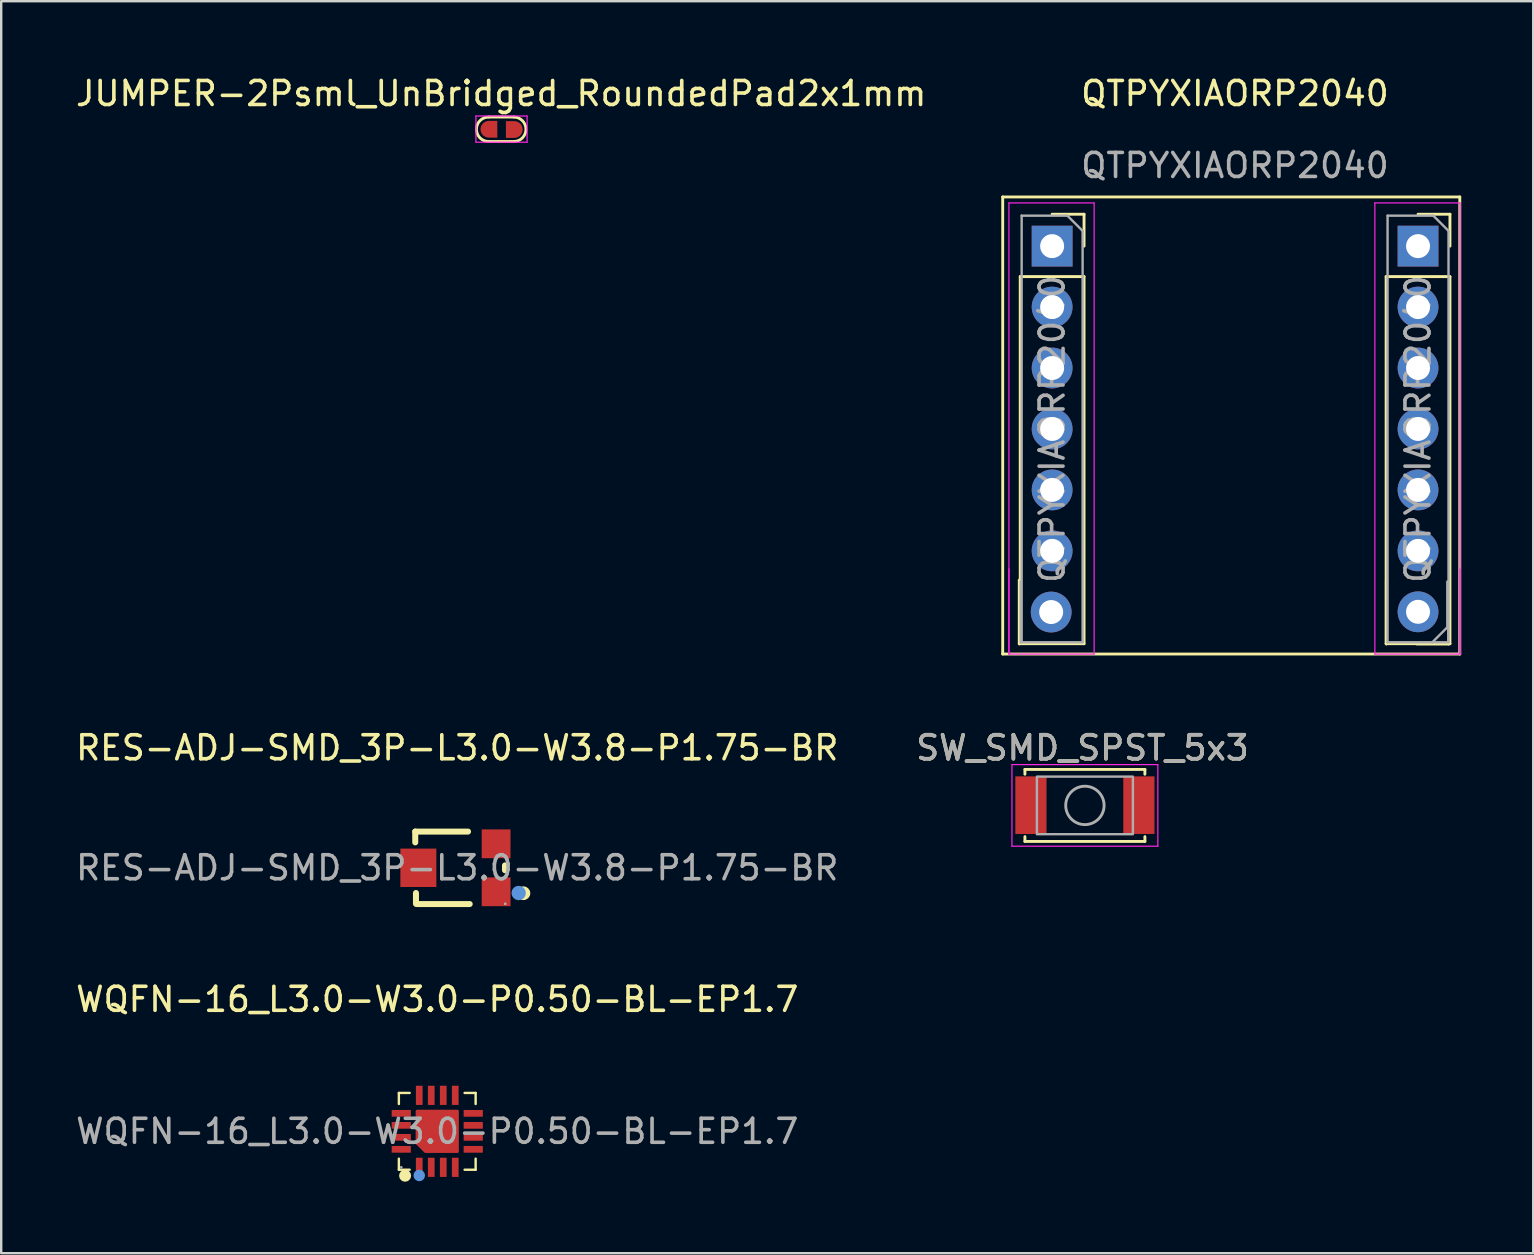
<source format=kicad_pcb>
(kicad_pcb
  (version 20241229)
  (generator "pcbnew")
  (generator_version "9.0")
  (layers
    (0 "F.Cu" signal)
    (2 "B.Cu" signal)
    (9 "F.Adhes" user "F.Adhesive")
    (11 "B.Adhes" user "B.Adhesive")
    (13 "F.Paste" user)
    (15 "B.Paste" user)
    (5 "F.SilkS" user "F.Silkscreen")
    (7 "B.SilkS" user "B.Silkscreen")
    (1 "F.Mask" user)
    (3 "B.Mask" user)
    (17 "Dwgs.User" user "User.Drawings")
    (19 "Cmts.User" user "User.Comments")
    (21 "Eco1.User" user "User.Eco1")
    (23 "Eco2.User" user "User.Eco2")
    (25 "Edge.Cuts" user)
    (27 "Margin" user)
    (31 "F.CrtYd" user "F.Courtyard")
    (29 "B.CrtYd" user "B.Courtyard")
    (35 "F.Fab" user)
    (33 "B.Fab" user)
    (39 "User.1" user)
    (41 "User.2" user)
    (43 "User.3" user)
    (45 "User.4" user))
  (footprint "WQFN-16_L3.0-W3.0-P0.50-BL-EP1.7"
    (layer "F.Cu")
    (at 15.173 44.1)
    (property "Reference" "WQFN-16_L3.0-W3.0-P0.50-BL-EP1.7" (at 0 -5.5 0) (layer "F.SilkS") (effects (font (size 1 1) (thickness 0.15))))
    (attr smd)
    (fp_line (start -1.6 -1.6) (end -1.6 -1.14) (stroke (width 0.1) (type solid)) (layer "F.SilkS"))
    (fp_line (start -1.6 -1.6) (end -1.15 -1.6) (stroke (width 0.1) (type solid)) (layer "F.SilkS"))
    (fp_line (start -1.6 1.14) (end -1.6 1.6) (stroke (width 0.1) (type solid)) (layer "F.SilkS"))
    (fp_line (start -1.6 1.6) (end -1.15 1.6) (stroke (width 0.1) (type solid)) (layer "F.SilkS"))
    (fp_line (start 1.14 -1.6) (end 1.6 -1.6) (stroke (width 0.1) (type solid)) (layer "F.SilkS"))
    (fp_line (start 1.14 1.6) (end 1.6 1.6) (stroke (width 0.1) (type solid)) (layer "F.SilkS"))
    (fp_line (start 1.6 -1.14) (end 1.6 -1.6) (stroke (width 0.1) (type solid)) (layer "F.SilkS"))
    (fp_line (start 1.6 1.6) (end 1.6 1.14) (stroke (width 0.1) (type solid)) (layer "F.SilkS"))
    (fp_arc (start -1.34 1.85) (mid -1.34 1.85) (end -1.34 1.85) (stroke (width 0.25) (type solid)) (layer "F.SilkS"))
    (fp_circle (center -0.75 1.84) (end -0.63 1.84) (stroke (width 0.24) (type solid)) (fill no) (layer "Cmts.User"))
    (fp_circle (center -1.5 1.5) (end -1.47 1.5) (stroke (width 0.06) (type solid)) (fill no) (layer "F.Fab"))
    (fp_text user "${REFERENCE}" (at 0 0 0) (layer "F.Fab") (effects (font (size 1 1) (thickness 0.15))))
    (pad "1" smd rect (at -0.75 1.5) (size 0.28 0.8) (layers "F.Cu" "F.Mask" "F.Paste"))
    (pad "2" smd rect (at -0.25 1.5) (size 0.28 0.8) (layers "F.Cu" "F.Mask" "F.Paste"))
    (pad "3" smd rect (at 0.25 1.5) (size 0.28 0.8) (layers "F.Cu" "F.Mask" "F.Paste"))
    (pad "4" smd rect (at 0.75 1.5) (size 0.28 0.8) (layers "F.Cu" "F.Mask" "F.Paste"))
    (pad "5" smd rect (at 1.5 0.75) (size 0.8 0.28) (layers "F.Cu" "F.Mask" "F.Paste"))
    (pad "6" smd rect (at 1.5 0.25) (size 0.8 0.28) (layers "F.Cu" "F.Mask" "F.Paste"))
    (pad "7" smd rect (at 1.5 -0.25) (size 0.8 0.28) (layers "F.Cu" "F.Mask" "F.Paste"))
    (pad "8" smd rect (at 1.5 -0.75) (size 0.8 0.28) (layers "F.Cu" "F.Mask" "F.Paste"))
    (pad "9" smd rect (at 0.75 -1.5) (size 0.28 0.8) (layers "F.Cu" "F.Mask" "F.Paste"))
    (pad "10" smd rect (at 0.25 -1.5) (size 0.28 0.8) (layers "F.Cu" "F.Mask" "F.Paste"))
    (pad "11" smd rect (at -0.25 -1.5) (size 0.28 0.8) (layers "F.Cu" "F.Mask" "F.Paste"))
    (pad "12" smd rect (at -0.75 -1.5) (size 0.28 0.8) (layers "F.Cu" "F.Mask" "F.Paste"))
    (pad "13" smd rect (at -1.5 -0.75) (size 0.8 0.28) (layers "F.Cu" "F.Mask" "F.Paste"))
    (pad "14" smd rect (at -1.5 -0.25) (size 0.8 0.28) (layers "F.Cu" "F.Mask" "F.Paste"))
    (pad "15" smd rect (at -1.5 0.25) (size 0.8 0.28) (layers "F.Cu" "F.Mask" "F.Paste"))
    (pad "16" smd rect (at -1.5 0.75) (size 0.8 0.28) (layers "F.Cu" "F.Mask" "F.Paste"))
    (pad "17" smd custom (at 0 0) (size 1 1) (layers "F.Cu" "F.Mask" "F.Paste") (options (anchor circle)) (primitives (gr_poly (pts (xy -0.85 -0.85) (xy 0.85 -0.85) (xy 0.85 0.85) (xy -0.5 0.85) (xy -0.85 0.5)) (width 0.1) (fill yes)))))
  (footprint "SW_SMD_SPST_5x3"
    (layer "F.Cu")
    (at 42.165 30.517)
    (property "Reference" "SW_SMD_SPST_5x3" (at -0.1 -2.4 0) (layer "F.SilkS") (effects (font (size 1 1) (thickness 0.15))))
    (attr smd)
    (fp_line (start -2.5 -1.5) (end -2.5 -1.3) (stroke (width 0.12) (type solid)) (layer "F.SilkS"))
    (fp_line (start -2.5 1.3) (end -2.5 1.5) (stroke (width 0.12) (type solid)) (layer "F.SilkS"))
    (fp_line (start -2.5 1.5) (end 2.5 1.5) (stroke (width 0.12) (type solid)) (layer "F.SilkS"))
    (fp_line (start 2.5 -1.5) (end -2.5 -1.5) (stroke (width 0.12) (type solid)) (layer "F.SilkS"))
    (fp_line (start 2.5 -1.3) (end 2.5 -1.5) (stroke (width 0.12) (type solid)) (layer "F.SilkS"))
    (fp_line (start 2.5 1.5) (end 2.5 1.3) (stroke (width 0.12) (type solid)) (layer "F.SilkS"))
    (fp_line (start -3.04 -1.7) (end -3.04 1.7) (stroke (width 0.05) (type solid)) (layer "F.CrtYd"))
    (fp_line (start -3.04 1.7) (end 3.04 1.7) (stroke (width 0.05) (type solid)) (layer "F.CrtYd"))
    (fp_line (start 3.04 -1.7) (end -3.04 -1.7) (stroke (width 0.05) (type solid)) (layer "F.CrtYd"))
    (fp_line (start 3.04 1.7) (end 3.04 -1.7) (stroke (width 0.05) (type solid)) (layer "F.CrtYd"))
    (fp_line (start -2 -1.2) (end 2 -1.2) (stroke (width 0.1) (type solid)) (layer "F.Fab"))
    (fp_line (start -2 1.15) (end -2 -1.15) (stroke (width 0.1) (type solid)) (layer "F.Fab"))
    (fp_line (start 2 -1.15) (end 2 1.15) (stroke (width 0.1) (type solid)) (layer "F.Fab"))
    (fp_line (start 2 1.2) (end -2 1.2) (stroke (width 0.1) (type solid)) (layer "F.Fab"))
    (fp_circle (center 0 0) (end 0.8 0) (stroke (width 0.12) (type solid)) (fill no) (layer "F.Fab"))
    (fp_text user "${REFERENCE}" (at -0.1 -2.4 0) (layer "F.Fab") (effects (font (size 1 1) (thickness 0.15))))
    (pad "1" smd rect (at -2.25 -0.01) (size 1.3 2.4) (layers "F.Cu" "F.Mask" "F.Paste"))
    (pad "2" smd rect (at 2.25 -0.01) (size 1.3 2.4) (layers "F.Cu" "F.Mask" "F.Paste")))
  (footprint "QTPYXIAORP2040"
    (layer "F.Cu")
    (at 48.419 1.348)
    (property "Reference" "QTPYXIAORP2040" (at 0 -0.5 0) (unlocked yes) (layer "F.SilkS") (effects (font (size 1 1) (thickness 0.15))))
    (attr smd)
    (fp_line (start -9.68 3.81) (end 9.37 3.81) (stroke (width 0.12) (type solid)) (layer "F.SilkS"))
    (fp_line (start -9.68 22.86) (end -9.68 3.81) (stroke (width 0.12) (type solid)) (layer "F.SilkS"))
    (fp_line (start -8.99 19.78) (end -8.99 22.44) (stroke (width 0.12) (type solid)) (layer "F.SilkS"))
    (fp_line (start -8.95 7.13) (end -8.95 22.43) (stroke (width 0.12) (type solid)) (layer "F.SilkS"))
    (fp_line (start -8.95 7.13) (end -6.29 7.13) (stroke (width 0.12) (type solid)) (layer "F.SilkS"))
    (fp_line (start -8.95 22.43) (end -6.29 22.43) (stroke (width 0.12) (type solid)) (layer "F.SilkS"))
    (fp_line (start -7.62 4.53) (end -6.29 4.53) (stroke (width 0.12) (type solid)) (layer "F.SilkS"))
    (fp_line (start -6.29 4.53) (end -6.29 5.86) (stroke (width 0.12) (type solid)) (layer "F.SilkS"))
    (fp_line (start -6.29 7.13) (end -6.29 22.43) (stroke (width 0.12) (type solid)) (layer "F.SilkS"))
    (fp_line (start 6.3 7.13) (end 6.3 22.43) (stroke (width 0.12) (type solid)) (layer "F.SilkS"))
    (fp_line (start 6.3 7.13) (end 8.96 7.13) (stroke (width 0.12) (type solid)) (layer "F.SilkS"))
    (fp_line (start 6.3 22.43) (end 8.96 22.43) (stroke (width 0.12) (type solid)) (layer "F.SilkS"))
    (fp_line (start 6.31 19.78) (end 6.31 22.44) (stroke (width 0.12) (type solid)) (layer "F.SilkS"))
    (fp_line (start 7.63 4.53) (end 8.96 4.53) (stroke (width 0.12) (type solid)) (layer "F.SilkS"))
    (fp_line (start 8.91 21.11) (end 8.91 22.44) (stroke (width 0.12) (type solid)) (layer "F.SilkS"))
    (fp_line (start 8.91 22.44) (end 7.58 22.44) (stroke (width 0.12) (type solid)) (layer "F.SilkS"))
    (fp_line (start 8.96 4.53) (end 8.96 5.86) (stroke (width 0.12) (type solid)) (layer "F.SilkS"))
    (fp_line (start 8.96 7.13) (end 8.96 22.43) (stroke (width 0.12) (type solid)) (layer "F.SilkS"))
    (fp_line (start 9.37 3.81) (end 9.37 22.86) (stroke (width 0.12) (type solid)) (layer "F.SilkS"))
    (fp_line (start 9.37 22.86) (end -9.68 22.86) (stroke (width 0.12) (type solid)) (layer "F.SilkS"))
    (fp_line (start -9.42 4.06) (end -5.87 4.06) (stroke (width 0.05) (type solid)) (layer "F.CrtYd"))
    (fp_line (start -9.42 22.86) (end -9.42 4.06) (stroke (width 0.05) (type solid)) (layer "F.CrtYd"))
    (fp_line (start -9.42 22.86) (end -9.42 19.31) (stroke (width 0.05) (type solid)) (layer "F.CrtYd"))
    (fp_line (start -5.87 4.06) (end -5.87 22.86) (stroke (width 0.05) (type solid)) (layer "F.CrtYd"))
    (fp_line (start -5.87 22.86) (end -9.42 22.86) (stroke (width 0.05) (type solid)) (layer "F.CrtYd"))
    (fp_line (start 5.83 4.06) (end 9.38 4.06) (stroke (width 0.05) (type solid)) (layer "F.CrtYd"))
    (fp_line (start 5.83 22.86) (end 5.83 4.06) (stroke (width 0.05) (type solid)) (layer "F.CrtYd"))
    (fp_line (start 9.38 4.06) (end 9.38 22.86) (stroke (width 0.05) (type solid)) (layer "F.CrtYd"))
    (fp_line (start 9.38 19.31) (end 9.38 22.86) (stroke (width 0.05) (type solid)) (layer "F.CrtYd"))
    (fp_line (start 9.38 22.86) (end 5.83 22.86) (stroke (width 0.05) (type solid)) (layer "F.CrtYd"))
    (fp_line (start -8.93 22.38) (end -8.93 19.84) (stroke (width 0.1) (type solid)) (layer "F.Fab"))
    (fp_line (start -8.89 4.59) (end -6.985 4.59) (stroke (width 0.1) (type solid)) (layer "F.Fab"))
    (fp_line (start -8.89 22.37) (end -8.89 4.59) (stroke (width 0.1) (type solid)) (layer "F.Fab"))
    (fp_line (start -6.985 4.59) (end -6.35 5.225) (stroke (width 0.1) (type solid)) (layer "F.Fab"))
    (fp_line (start -6.35 5.225) (end -6.35 22.37) (stroke (width 0.1) (type solid)) (layer "F.Fab"))
    (fp_line (start -6.35 22.37) (end -8.89 22.37) (stroke (width 0.1) (type solid)) (layer "F.Fab"))
    (fp_line (start 6.36 4.59) (end 8.265 4.59) (stroke (width 0.1) (type solid)) (layer "F.Fab"))
    (fp_line (start 6.36 22.37) (end 6.36 4.59) (stroke (width 0.1) (type solid)) (layer "F.Fab"))
    (fp_line (start 8.265 4.59) (end 8.9 5.225) (stroke (width 0.1) (type solid)) (layer "F.Fab"))
    (fp_line (start 8.85 19.84) (end 8.85 21.745) (stroke (width 0.1) (type solid)) (layer "F.Fab"))
    (fp_line (start 8.85 21.745) (end 8.215 22.38) (stroke (width 0.1) (type solid)) (layer "F.Fab"))
    (fp_line (start 8.9 5.225) (end 8.9 22.37) (stroke (width 0.1) (type solid)) (layer "F.Fab"))
    (fp_line (start 8.9 22.37) (end 6.36 22.37) (stroke (width 0.1) (type solid)) (layer "F.Fab"))
    (fp_text user "${REFERENCE}" (at 7.63 13.48 90) (layer "F.Fab") (effects (font (size 1 1) (thickness 0.15))))
    (fp_text user "${REFERENCE}" (at 0 2.5 0) (unlocked yes) (layer "F.Fab") (effects (font (size 1 1) (thickness 0.15))))
    (fp_text user "${REFERENCE}" (at -7.62 13.48 90) (layer "F.Fab") (effects (font (size 1 1) (thickness 0.15))))
    (pad "0" thru_hole rect (at -7.62 5.86) (size 1.7 1.7) (drill 1) (layers "*.Cu" "*.Mask"))
    (pad "1" thru_hole oval (at -7.62 8.4) (size 1.7 1.7) (drill 1) (layers "*.Cu" "*.Mask"))
    (pad "2" thru_hole oval (at -7.62 10.94) (size 1.7 1.7) (drill 1) (layers "*.Cu" "*.Mask"))
    (pad "3" thru_hole oval (at -7.62 13.48) (size 1.7 1.7) (drill 1) (layers "*.Cu" "*.Mask"))
    (pad "4" thru_hole oval (at -7.62 16.02) (size 1.7 1.7) (drill 1) (layers "*.Cu" "*.Mask"))
    (pad "5" thru_hole oval (at -7.62 18.56) (size 1.7 1.7) (drill 1) (layers "*.Cu" "*.Mask"))
    (pad "6" thru_hole oval (at -7.66 21.11 270) (size 1.7 1.7) (drill 1) (layers "*.Cu" "*.Mask"))
    (pad "7" thru_hole oval (at 7.63 21.1) (size 1.7 1.7) (drill 1) (layers "*.Cu" "*.Mask"))
    (pad "8" thru_hole oval (at 7.63 18.56) (size 1.7 1.7) (drill 1) (layers "*.Cu" "*.Mask"))
    (pad "9" thru_hole oval (at 7.63 16.02) (size 1.7 1.7) (drill 1) (layers "*.Cu" "*.Mask"))
    (pad "10" thru_hole oval (at 7.63 13.48) (size 1.7 1.7) (drill 1) (layers "*.Cu" "*.Mask"))
    (pad "11" thru_hole oval (at 7.63 10.94) (size 1.7 1.7) (drill 1) (layers "*.Cu" "*.Mask"))
    (pad "12" thru_hole oval (at 7.63 8.4) (size 1.7 1.7) (drill 1) (layers "*.Cu" "*.Mask"))
    (pad "13" thru_hole rect (at 7.63 5.86) (size 1.7 1.7) (drill 1) (layers "*.Cu" "*.Mask")))
  (footprint "JUMPER-2Psml_UnBridged_RoundedPad2x1mm"
    (layer "F.Cu")
    (at 17.826 2.648)
    (property "Reference" "JUMPER-2Psml_UnBridged_RoundedPad2x1mm" (at 0.013 -1.8 0) (layer "F.SilkS") (effects (font (size 1 1) (thickness 0.15))))
    (attr exclude_from_pos_files exclude_from_bom)
    (fp_line (start -0.497 -0.82) (end 0.533 -0.82) (stroke (width 0.12) (type solid)) (layer "F.SilkS"))
    (fp_line (start 0.533 0.2) (end -0.497 0.2) (stroke (width 0.12) (type solid)) (layer "F.SilkS"))
    (fp_arc (start -0.51 0.2) (mid -1.02 -0.31) (end -0.51 -0.82) (stroke (width 0.12) (type solid)) (layer "F.SilkS"))
    (fp_arc (start 0.5334 -0.82) (mid 1.0434 -0.31) (end 0.5334 0.2) (stroke (width 0.12) (type solid)) (layer "F.SilkS"))
    (fp_line (start -1.041 -0.864) (end -1.041 0.229) (stroke (width 0.05) (type solid)) (layer "F.CrtYd"))
    (fp_line (start -1.041 -0.864) (end 1.092 -0.864) (stroke (width 0.05) (type solid)) (layer "F.CrtYd"))
    (fp_line (start 1.092 0.229) (end -1.041 0.229) (stroke (width 0.05) (type solid)) (layer "F.CrtYd"))
    (fp_line (start 1.092 0.229) (end 1.092 -0.864) (stroke (width 0.05) (type solid)) (layer "F.CrtYd"))
    (pad "1" smd custom (at -0.5 -0.31) (size 0.5 0.2) (layers "F.Cu" "F.Mask") (options (anchor rect)) (primitives (gr_circle (center 0 0) (end 0.35 0) (width 0) (fill yes)) (gr_poly (pts (xy 0 -0.35) (xy 0.35 -0.35) (xy 0.35 0.35) (xy 0 0.35)) (width 0) (fill yes))))
    (pad "2" smd custom (at 0.559 -0.3 180) (size 0.5 0.2) (layers "F.Cu" "F.Mask") (options (anchor rect)) (primitives (gr_circle (center 0 0) (end 0.35 0) (width 0) (fill yes)) (gr_poly (pts (xy 0 -0.35) (xy 0.35 -0.35) (xy 0.35 0.35) (xy 0 0.35)) (width 0) (fill yes)))))
  (footprint "RES-ADJ-SMD_3P-L3.0-W3.8-P1.75-BR"
    (layer "F.Cu")
    (at 16.006 33.117)
    (property "Reference" "RES-ADJ-SMD_3P-L3.0-W3.8-P1.75-BR" (at 0 -5 0) (layer "F.SilkS") (effects (font (size 1 1) (thickness 0.15))))
    (attr smd)
    (fp_line (start -1.75 -1.51) (end -1.75 -1.06) (stroke (width 0.25) (type solid)) (layer "F.SilkS"))
    (fp_line (start -1.72 1.05) (end -1.72 1.5) (stroke (width 0.25) (type solid)) (layer "F.SilkS"))
    (fp_line (start 0.45 -1.51) (end -1.75 -1.51) (stroke (width 0.25) (type solid)) (layer "F.SilkS"))
    (fp_line (start 0.52 1.51) (end -1.68 1.51) (stroke (width 0.25) (type solid)) (layer "F.SilkS"))
    (fp_line (start 1.99 0.1) (end 1.99 -0.1) (stroke (width 0.25) (type solid)) (layer "F.SilkS"))
    (fp_circle (center 2.76 1.06) (end 2.92 1.06) (stroke (width 0.25) (type solid)) (fill no) (layer "F.SilkS"))
    (fp_circle (center 2.56 1.05) (end 2.71 1.05) (stroke (width 0.3) (type solid)) (fill no) (layer "Cmts.User"))
    (fp_circle (center 2 1.5) (end 2.03 1.5) (stroke (width 0.06) (type solid)) (fill no) (layer "F.Fab"))
    (fp_text user "${REFERENCE}" (at 0 0 0) (layer "F.Fab") (effects (font (size 1 1) (thickness 0.15))))
    (pad "1" smd rect (at 1.62 1 90) (size 1.2 1.2) (layers "F.Cu" "F.Mask" "F.Paste"))
    (pad "2" smd rect (at -1.62 0 90) (size 1.6 1.5) (layers "F.Cu" "F.Mask" "F.Paste"))
    (pad "3" smd rect (at 1.62 -1 90) (size 1.2 1.2) (layers "F.Cu" "F.Mask" "F.Paste")))
  (gr_rect
    (start -3 -3)
    (end 60.849 49.18)
    (stroke (width 0.1) (type default))
    (fill no)
    (layer "Edge.Cuts")))
</source>
